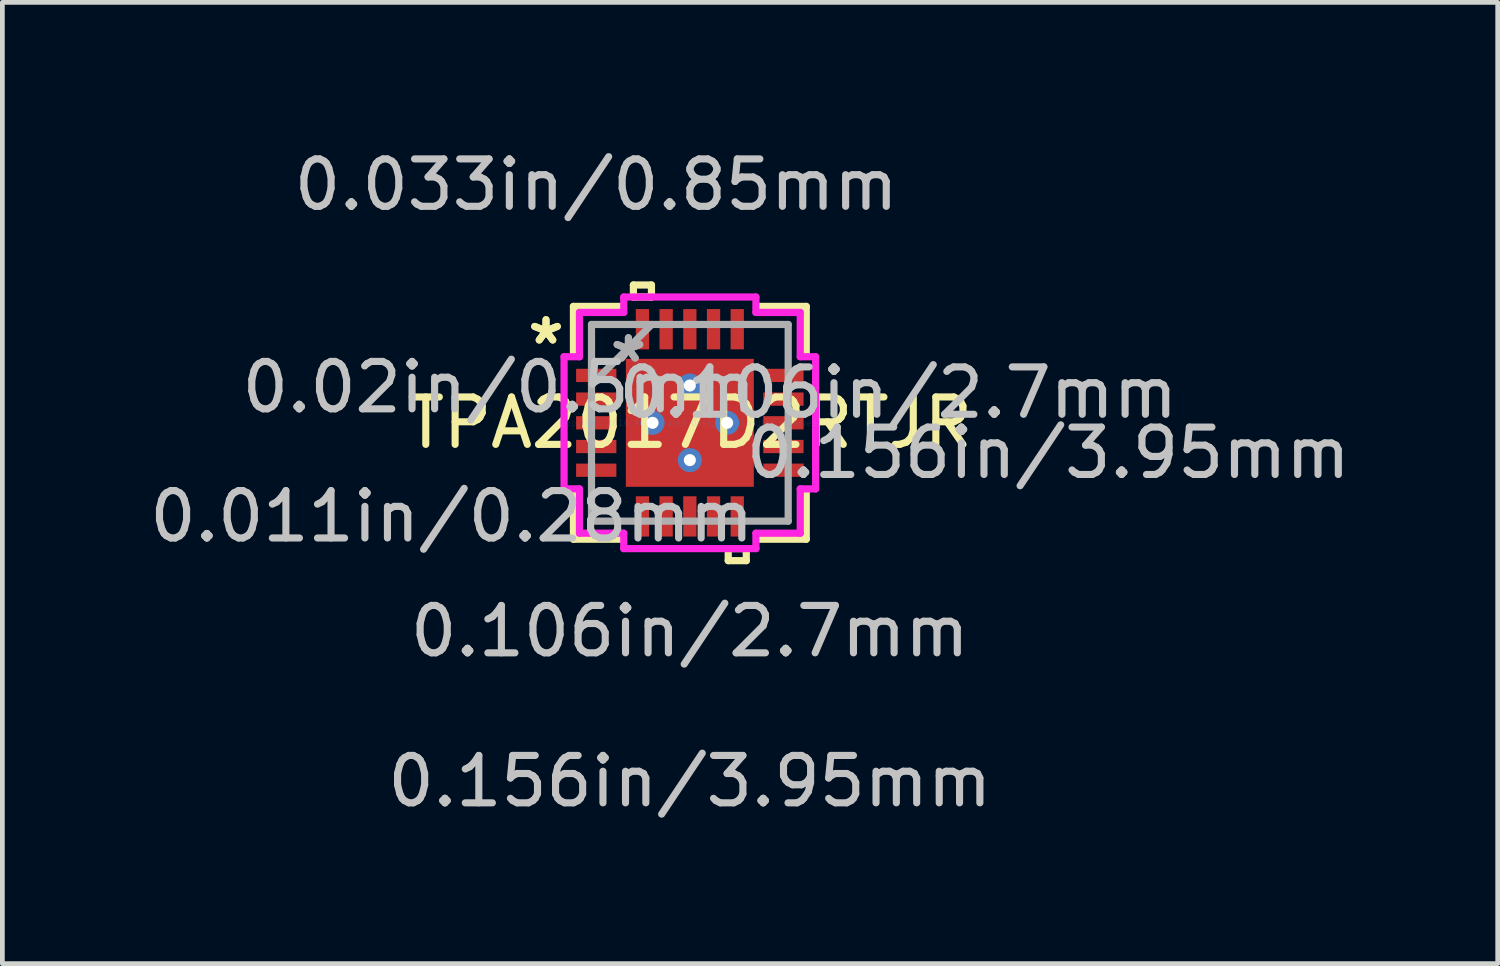
<source format=kicad_pcb>
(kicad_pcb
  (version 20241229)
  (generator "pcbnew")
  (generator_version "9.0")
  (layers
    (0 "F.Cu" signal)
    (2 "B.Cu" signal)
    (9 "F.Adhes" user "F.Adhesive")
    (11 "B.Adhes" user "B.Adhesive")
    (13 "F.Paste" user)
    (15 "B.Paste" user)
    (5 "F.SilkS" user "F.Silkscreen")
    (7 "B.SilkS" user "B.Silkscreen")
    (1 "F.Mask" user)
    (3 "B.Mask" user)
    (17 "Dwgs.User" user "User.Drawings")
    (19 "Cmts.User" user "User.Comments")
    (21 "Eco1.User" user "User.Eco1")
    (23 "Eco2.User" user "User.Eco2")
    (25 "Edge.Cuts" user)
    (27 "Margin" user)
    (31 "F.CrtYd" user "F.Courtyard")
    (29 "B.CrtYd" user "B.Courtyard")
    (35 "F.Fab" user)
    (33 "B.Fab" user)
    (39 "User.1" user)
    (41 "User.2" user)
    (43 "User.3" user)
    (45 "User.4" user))
  (footprint "TPA2017D2RTJR"
    (layer "F.Cu")
    (at 11.505 5.871)
    (property "Reference" "TPA2017D2RTJR" (at 0 0 0) (layer "F.SilkS") (effects (font (size 1 1) (thickness 0.15))))
    (attr through_hole)
    (fp_line (start -1.413 -1.413) (end -0.987 -1.413) (stroke (width 0.152) (type solid)) (layer "F.Mask"))
    (fp_line (start -1.413 -1.413) (end 1.413 -1.413) (stroke (width 0.152) (type solid)) (layer "F.Mask"))
    (fp_line (start -1.413 -0.987) (end -1.413 -1.413) (stroke (width 0.152) (type solid)) (layer "F.Mask"))
    (fp_line (start -1.413 -0.587) (end 1.413 -0.587) (stroke (width 0.152) (type solid)) (layer "F.Mask"))
    (fp_line (start -1.413 -0.2) (end -1.413 -0.587) (stroke (width 0.152) (type solid)) (layer "F.Mask"))
    (fp_line (start -1.413 0.2) (end 1.413 0.2) (stroke (width 0.152) (type solid)) (layer "F.Mask"))
    (fp_line (start -1.413 0.587) (end -1.413 0.2) (stroke (width 0.152) (type solid)) (layer "F.Mask"))
    (fp_line (start -1.413 0.987) (end 1.413 0.987) (stroke (width 0.152) (type solid)) (layer "F.Mask"))
    (fp_line (start -1.413 1.413) (end -1.413 -1.413) (stroke (width 0.152) (type solid)) (layer "F.Mask"))
    (fp_line (start -1.413 1.413) (end -1.413 0.987) (stroke (width 0.152) (type solid)) (layer "F.Mask"))
    (fp_line (start -0.987 -1.413) (end -0.987 1.413) (stroke (width 0.152) (type solid)) (layer "F.Mask"))
    (fp_line (start -0.987 1.413) (end -1.413 1.413) (stroke (width 0.152) (type solid)) (layer "F.Mask"))
    (fp_line (start -0.587 -1.413) (end -0.587 1.413) (stroke (width 0.152) (type solid)) (layer "F.Mask"))
    (fp_line (start -0.587 1.413) (end -0.2 1.413) (stroke (width 0.152) (type solid)) (layer "F.Mask"))
    (fp_line (start -0.2 -1.413) (end -0.587 -1.413) (stroke (width 0.152) (type solid)) (layer "F.Mask"))
    (fp_line (start -0.2 1.413) (end -0.2 -1.413) (stroke (width 0.152) (type solid)) (layer "F.Mask"))
    (fp_line (start 0.2 -1.413) (end 0.2 1.413) (stroke (width 0.152) (type solid)) (layer "F.Mask"))
    (fp_line (start 0.2 1.413) (end 0.587 1.413) (stroke (width 0.152) (type solid)) (layer "F.Mask"))
    (fp_line (start 0.587 -1.413) (end 0.2 -1.413) (stroke (width 0.152) (type solid)) (layer "F.Mask"))
    (fp_line (start 0.587 1.413) (end 0.587 -1.413) (stroke (width 0.152) (type solid)) (layer "F.Mask"))
    (fp_line (start 0.987 -1.413) (end 1.413 -1.413) (stroke (width 0.152) (type solid)) (layer "F.Mask"))
    (fp_line (start 0.987 1.413) (end 0.987 -1.413) (stroke (width 0.152) (type solid)) (layer "F.Mask"))
    (fp_line (start 1.413 -1.413) (end 1.413 -0.987) (stroke (width 0.152) (type solid)) (layer "F.Mask"))
    (fp_line (start 1.413 -1.413) (end 1.413 1.413) (stroke (width 0.152) (type solid)) (layer "F.Mask"))
    (fp_line (start 1.413 -0.987) (end -1.413 -0.987) (stroke (width 0.152) (type solid)) (layer "F.Mask"))
    (fp_line (start 1.413 -0.587) (end 1.413 -0.2) (stroke (width 0.152) (type solid)) (layer "F.Mask"))
    (fp_line (start 1.413 -0.2) (end -1.413 -0.2) (stroke (width 0.152) (type solid)) (layer "F.Mask"))
    (fp_line (start 1.413 0.2) (end 1.413 0.587) (stroke (width 0.152) (type solid)) (layer "F.Mask"))
    (fp_line (start 1.413 0.587) (end -1.413 0.587) (stroke (width 0.152) (type solid)) (layer "F.Mask"))
    (fp_line (start 1.413 0.987) (end 1.413 1.413) (stroke (width 0.152) (type solid)) (layer "F.Mask"))
    (fp_line (start 1.413 1.413) (end -1.413 1.413) (stroke (width 0.152) (type solid)) (layer "F.Mask"))
    (fp_line (start 1.413 1.413) (end 0.987 1.413) (stroke (width 0.152) (type solid)) (layer "F.Mask"))
    (fp_line (start -2.456 -2.456) (end -2.456 -1.468) (stroke (width 0.152) (type solid)) (layer "F.SilkS"))
    (fp_line (start -2.456 1.468) (end -2.456 2.456) (stroke (width 0.152) (type solid)) (layer "F.SilkS"))
    (fp_line (start -2.456 2.456) (end -1.468 2.456) (stroke (width 0.152) (type solid)) (layer "F.SilkS"))
    (fp_line (start -1.468 -2.456) (end -2.456 -2.456) (stroke (width 0.152) (type solid)) (layer "F.SilkS"))
    (fp_line (start -1.191 -2.908) (end -0.81 -2.908) (stroke (width 0.152) (type solid)) (layer "F.SilkS"))
    (fp_line (start -1.191 -2.654) (end -1.191 -2.908) (stroke (width 0.152) (type solid)) (layer "F.SilkS"))
    (fp_line (start -0.81 -2.908) (end -0.81 -2.654) (stroke (width 0.152) (type solid)) (layer "F.SilkS"))
    (fp_line (start -0.81 -2.654) (end -1.191 -2.654) (stroke (width 0.152) (type solid)) (layer "F.SilkS"))
    (fp_line (start 0.81 2.654) (end 0.81 2.908) (stroke (width 0.152) (type solid)) (layer "F.SilkS"))
    (fp_line (start 0.81 2.908) (end 1.191 2.908) (stroke (width 0.152) (type solid)) (layer "F.SilkS"))
    (fp_line (start 1.191 2.654) (end 0.81 2.654) (stroke (width 0.152) (type solid)) (layer "F.SilkS"))
    (fp_line (start 1.191 2.908) (end 1.191 2.654) (stroke (width 0.152) (type solid)) (layer "F.SilkS"))
    (fp_line (start 1.468 2.456) (end 2.456 2.456) (stroke (width 0.152) (type solid)) (layer "F.SilkS"))
    (fp_line (start 2.456 -2.456) (end 1.468 -2.456) (stroke (width 0.152) (type solid)) (layer "F.SilkS"))
    (fp_line (start 2.456 -1.468) (end 2.456 -2.456) (stroke (width 0.152) (type solid)) (layer "F.SilkS"))
    (fp_line (start 2.456 2.456) (end 2.456 1.468) (stroke (width 0.152) (type solid)) (layer "F.SilkS"))
    (fp_line (start -1.275 -1.275) (end -1.275 -0.887) (stroke (width 0.152) (type solid)) (layer "F.Paste"))
    (fp_line (start -1.275 -0.887) (end -1.029 -0.887) (stroke (width 0.152) (type solid)) (layer "F.Paste"))
    (fp_line (start -1.275 -0.687) (end -1.275 -0.1) (stroke (width 0.152) (type solid)) (layer "F.Paste"))
    (fp_line (start -1.275 -0.1) (end -1.029 -0.1) (stroke (width 0.152) (type solid)) (layer "F.Paste"))
    (fp_line (start -1.275 0.1) (end -1.275 0.687) (stroke (width 0.152) (type solid)) (layer "F.Paste"))
    (fp_line (start -1.275 0.687) (end -1.029 0.687) (stroke (width 0.152) (type solid)) (layer "F.Paste"))
    (fp_line (start -1.275 0.887) (end -1.275 1.275) (stroke (width 0.152) (type solid)) (layer "F.Paste"))
    (fp_line (start -1.275 1.275) (end -0.887 1.275) (stroke (width 0.152) (type solid)) (layer "F.Paste"))
    (fp_line (start -1.029 -0.887) (end -1.029 -0.887) (stroke (width 0.152) (type solid)) (layer "F.Paste"))
    (fp_line (start -1.029 -0.887) (end -0.887 -1.029) (stroke (width 0.152) (type solid)) (layer "F.Paste"))
    (fp_line (start -1.029 -0.687) (end -1.275 -0.687) (stroke (width 0.152) (type solid)) (layer "F.Paste"))
    (fp_line (start -1.029 -0.687) (end -1.029 -0.687) (stroke (width 0.152) (type solid)) (layer "F.Paste"))
    (fp_line (start -1.029 -0.1) (end -1.029 -0.1) (stroke (width 0.152) (type solid)) (layer "F.Paste"))
    (fp_line (start -1.029 -0.1) (end -0.887 -0.241) (stroke (width 0.152) (type solid)) (layer "F.Paste"))
    (fp_line (start -1.029 0.1) (end -1.275 0.1) (stroke (width 0.152) (type solid)) (layer "F.Paste"))
    (fp_line (start -1.029 0.1) (end -1.029 0.1) (stroke (width 0.152) (type solid)) (layer "F.Paste"))
    (fp_line (start -1.029 0.687) (end -1.029 0.687) (stroke (width 0.152) (type solid)) (layer "F.Paste"))
    (fp_line (start -1.029 0.687) (end -0.887 0.546) (stroke (width 0.152) (type solid)) (layer "F.Paste"))
    (fp_line (start -1.029 0.887) (end -1.275 0.887) (stroke (width 0.152) (type solid)) (layer "F.Paste"))
    (fp_line (start -1.029 0.887) (end -1.029 0.887) (stroke (width 0.152) (type solid)) (layer "F.Paste"))
    (fp_line (start -0.887 -1.275) (end -1.275 -1.275) (stroke (width 0.152) (type solid)) (layer "F.Paste"))
    (fp_line (start -0.887 -1.029) (end -0.887 -1.275) (stroke (width 0.152) (type solid)) (layer "F.Paste"))
    (fp_line (start -0.887 -1.029) (end -0.887 -1.029) (stroke (width 0.152) (type solid)) (layer "F.Paste"))
    (fp_line (start -0.887 -0.546) (end -1.029 -0.687) (stroke (width 0.152) (type solid)) (layer "F.Paste"))
    (fp_line (start -0.887 -0.546) (end -0.887 -0.546) (stroke (width 0.152) (type solid)) (layer "F.Paste"))
    (fp_line (start -0.887 -0.241) (end -0.887 -0.546) (stroke (width 0.152) (type solid)) (layer "F.Paste"))
    (fp_line (start -0.887 -0.241) (end -0.887 -0.241) (stroke (width 0.152) (type solid)) (layer "F.Paste"))
    (fp_line (start -0.887 0.241) (end -1.029 0.1) (stroke (width 0.152) (type solid)) (layer "F.Paste"))
    (fp_line (start -0.887 0.241) (end -0.887 0.241) (stroke (width 0.152) (type solid)) (layer "F.Paste"))
    (fp_line (start -0.887 0.546) (end -0.887 0.241) (stroke (width 0.152) (type solid)) (layer "F.Paste"))
    (fp_line (start -0.887 0.546) (end -0.887 0.546) (stroke (width 0.152) (type solid)) (layer "F.Paste"))
    (fp_line (start -0.887 1.029) (end -1.029 0.887) (stroke (width 0.152) (type solid)) (layer "F.Paste"))
    (fp_line (start -0.887 1.029) (end -0.887 1.029) (stroke (width 0.152) (type solid)) (layer "F.Paste"))
    (fp_line (start -0.887 1.275) (end -0.887 1.029) (stroke (width 0.152) (type solid)) (layer "F.Paste"))
    (fp_line (start -0.687 -1.275) (end -0.687 -1.029) (stroke (width 0.152) (type solid)) (layer "F.Paste"))
    (fp_line (start -0.687 -1.029) (end -0.687 -1.029) (stroke (width 0.152) (type solid)) (layer "F.Paste"))
    (fp_line (start -0.687 -1.029) (end -0.546 -0.887) (stroke (width 0.152) (type solid)) (layer "F.Paste"))
    (fp_line (start -0.687 -0.546) (end -0.687 -0.546) (stroke (width 0.152) (type solid)) (layer "F.Paste"))
    (fp_line (start -0.687 -0.546) (end -0.687 -0.241) (stroke (width 0.152) (type solid)) (layer "F.Paste"))
    (fp_line (start -0.687 -0.241) (end -0.687 -0.241) (stroke (width 0.152) (type solid)) (layer "F.Paste"))
    (fp_line (start -0.687 -0.241) (end -0.546 -0.1) (stroke (width 0.152) (type solid)) (layer "F.Paste"))
    (fp_line (start -0.687 0.241) (end -0.687 0.241) (stroke (width 0.152) (type solid)) (layer "F.Paste"))
    (fp_line (start -0.687 0.241) (end -0.687 0.546) (stroke (width 0.152) (type solid)) (layer "F.Paste"))
    (fp_line (start -0.687 0.546) (end -0.687 0.546) (stroke (width 0.152) (type solid)) (layer "F.Paste"))
    (fp_line (start -0.687 0.546) (end -0.546 0.687) (stroke (width 0.152) (type solid)) (layer "F.Paste"))
    (fp_line (start -0.687 1.029) (end -0.687 1.029) (stroke (width 0.152) (type solid)) (layer "F.Paste"))
    (fp_line (start -0.687 1.029) (end -0.687 1.275) (stroke (width 0.152) (type solid)) (layer "F.Paste"))
    (fp_line (start -0.687 1.275) (end -0.1 1.275) (stroke (width 0.152) (type solid)) (layer "F.Paste"))
    (fp_line (start -0.546 -0.887) (end -0.546 -0.887) (stroke (width 0.152) (type solid)) (layer "F.Paste"))
    (fp_line (start -0.546 -0.887) (end -0.241 -0.887) (stroke (width 0.152) (type solid)) (layer "F.Paste"))
    (fp_line (start -0.546 -0.687) (end -0.687 -0.546) (stroke (width 0.152) (type solid)) (layer "F.Paste"))
    (fp_line (start -0.546 -0.687) (end -0.546 -0.687) (stroke (width 0.152) (type solid)) (layer "F.Paste"))
    (fp_line (start -0.546 -0.1) (end -0.546 -0.1) (stroke (width 0.152) (type solid)) (layer "F.Paste"))
    (fp_line (start -0.546 -0.1) (end -0.241 -0.1) (stroke (width 0.152) (type solid)) (layer "F.Paste"))
    (fp_line (start -0.546 0.1) (end -0.687 0.241) (stroke (width 0.152) (type solid)) (layer "F.Paste"))
    (fp_line (start -0.546 0.1) (end -0.546 0.1) (stroke (width 0.152) (type solid)) (layer "F.Paste"))
    (fp_line (start -0.546 0.687) (end -0.546 0.687) (stroke (width 0.152) (type solid)) (layer "F.Paste"))
    (fp_line (start -0.546 0.687) (end -0.241 0.687) (stroke (width 0.152) (type solid)) (layer "F.Paste"))
    (fp_line (start -0.546 0.887) (end -0.687 1.029) (stroke (width 0.152) (type solid)) (layer "F.Paste"))
    (fp_line (start -0.546 0.887) (end -0.546 0.887) (stroke (width 0.152) (type solid)) (layer "F.Paste"))
    (fp_line (start -0.241 -0.887) (end -0.241 -0.887) (stroke (width 0.152) (type solid)) (layer "F.Paste"))
    (fp_line (start -0.241 -0.887) (end -0.1 -1.029) (stroke (width 0.152) (type solid)) (layer "F.Paste"))
    (fp_line (start -0.241 -0.687) (end -0.546 -0.687) (stroke (width 0.152) (type solid)) (layer "F.Paste"))
    (fp_line (start -0.241 -0.687) (end -0.241 -0.687) (stroke (width 0.152) (type solid)) (layer "F.Paste"))
    (fp_line (start -0.241 -0.1) (end -0.241 -0.1) (stroke (width 0.152) (type solid)) (layer "F.Paste"))
    (fp_line (start -0.241 -0.1) (end -0.1 -0.241) (stroke (width 0.152) (type solid)) (layer "F.Paste"))
    (fp_line (start -0.241 0.1) (end -0.546 0.1) (stroke (width 0.152) (type solid)) (layer "F.Paste"))
    (fp_line (start -0.241 0.1) (end -0.241 0.1) (stroke (width 0.152) (type solid)) (layer "F.Paste"))
    (fp_line (start -0.241 0.687) (end -0.241 0.687) (stroke (width 0.152) (type solid)) (layer "F.Paste"))
    (fp_line (start -0.241 0.687) (end -0.1 0.546) (stroke (width 0.152) (type solid)) (layer "F.Paste"))
    (fp_line (start -0.241 0.887) (end -0.546 0.887) (stroke (width 0.152) (type solid)) (layer "F.Paste"))
    (fp_line (start -0.241 0.887) (end -0.241 0.887) (stroke (width 0.152) (type solid)) (layer "F.Paste"))
    (fp_line (start -0.1 -1.275) (end -0.687 -1.275) (stroke (width 0.152) (type solid)) (layer "F.Paste"))
    (fp_line (start -0.1 -1.029) (end -0.1 -1.275) (stroke (width 0.152) (type solid)) (layer "F.Paste"))
    (fp_line (start -0.1 -1.029) (end -0.1 -1.029) (stroke (width 0.152) (type solid)) (layer "F.Paste"))
    (fp_line (start -0.1 -0.546) (end -0.241 -0.687) (stroke (width 0.152) (type solid)) (layer "F.Paste"))
    (fp_line (start -0.1 -0.546) (end -0.1 -0.546) (stroke (width 0.152) (type solid)) (layer "F.Paste"))
    (fp_line (start -0.1 -0.241) (end -0.1 -0.546) (stroke (width 0.152) (type solid)) (layer "F.Paste"))
    (fp_line (start -0.1 -0.241) (end -0.1 -0.241) (stroke (width 0.152) (type solid)) (layer "F.Paste"))
    (fp_line (start -0.1 0.241) (end -0.241 0.1) (stroke (width 0.152) (type solid)) (layer "F.Paste"))
    (fp_line (start -0.1 0.241) (end -0.1 0.241) (stroke (width 0.152) (type solid)) (layer "F.Paste"))
    (fp_line (start -0.1 0.546) (end -0.1 0.241) (stroke (width 0.152) (type solid)) (layer "F.Paste"))
    (fp_line (start -0.1 0.546) (end -0.1 0.546) (stroke (width 0.152) (type solid)) (layer "F.Paste"))
    (fp_line (start -0.1 1.029) (end -0.241 0.887) (stroke (width 0.152) (type solid)) (layer "F.Paste"))
    (fp_line (start -0.1 1.029) (end -0.1 1.029) (stroke (width 0.152) (type solid)) (layer "F.Paste"))
    (fp_line (start -0.1 1.275) (end -0.1 1.029) (stroke (width 0.152) (type solid)) (layer "F.Paste"))
    (fp_line (start 0.1 -1.275) (end 0.1 -1.029) (stroke (width 0.152) (type solid)) (layer "F.Paste"))
    (fp_line (start 0.1 -1.029) (end 0.1 -1.029) (stroke (width 0.152) (type solid)) (layer "F.Paste"))
    (fp_line (start 0.1 -1.029) (end 0.241 -0.887) (stroke (width 0.152) (type solid)) (layer "F.Paste"))
    (fp_line (start 0.1 -0.546) (end 0.1 -0.546) (stroke (width 0.152) (type solid)) (layer "F.Paste"))
    (fp_line (start 0.1 -0.546) (end 0.1 -0.241) (stroke (width 0.152) (type solid)) (layer "F.Paste"))
    (fp_line (start 0.1 -0.241) (end 0.1 -0.241) (stroke (width 0.152) (type solid)) (layer "F.Paste"))
    (fp_line (start 0.1 -0.241) (end 0.241 -0.1) (stroke (width 0.152) (type solid)) (layer "F.Paste"))
    (fp_line (start 0.1 0.241) (end 0.1 0.241) (stroke (width 0.152) (type solid)) (layer "F.Paste"))
    (fp_line (start 0.1 0.241) (end 0.1 0.546) (stroke (width 0.152) (type solid)) (layer "F.Paste"))
    (fp_line (start 0.1 0.546) (end 0.1 0.546) (stroke (width 0.152) (type solid)) (layer "F.Paste"))
    (fp_line (start 0.1 0.546) (end 0.241 0.687) (stroke (width 0.152) (type solid)) (layer "F.Paste"))
    (fp_line (start 0.1 1.029) (end 0.1 1.029) (stroke (width 0.152) (type solid)) (layer "F.Paste"))
    (fp_line (start 0.1 1.029) (end 0.1 1.275) (stroke (width 0.152) (type solid)) (layer "F.Paste"))
    (fp_line (start 0.1 1.275) (end 0.687 1.275) (stroke (width 0.152) (type solid)) (layer "F.Paste"))
    (fp_line (start 0.241 -0.887) (end 0.241 -0.887) (stroke (width 0.152) (type solid)) (layer "F.Paste"))
    (fp_line (start 0.241 -0.887) (end 0.546 -0.887) (stroke (width 0.152) (type solid)) (layer "F.Paste"))
    (fp_line (start 0.241 -0.687) (end 0.1 -0.546) (stroke (width 0.152) (type solid)) (layer "F.Paste"))
    (fp_line (start 0.241 -0.687) (end 0.241 -0.687) (stroke (width 0.152) (type solid)) (layer "F.Paste"))
    (fp_line (start 0.241 -0.1) (end 0.241 -0.1) (stroke (width 0.152) (type solid)) (layer "F.Paste"))
    (fp_line (start 0.241 -0.1) (end 0.546 -0.1) (stroke (width 0.152) (type solid)) (layer "F.Paste"))
    (fp_line (start 0.241 0.1) (end 0.1 0.241) (stroke (width 0.152) (type solid)) (layer "F.Paste"))
    (fp_line (start 0.241 0.1) (end 0.241 0.1) (stroke (width 0.152) (type solid)) (layer "F.Paste"))
    (fp_line (start 0.241 0.687) (end 0.241 0.687) (stroke (width 0.152) (type solid)) (layer "F.Paste"))
    (fp_line (start 0.241 0.687) (end 0.546 0.687) (stroke (width 0.152) (type solid)) (layer "F.Paste"))
    (fp_line (start 0.241 0.887) (end 0.1 1.029) (stroke (width 0.152) (type solid)) (layer "F.Paste"))
    (fp_line (start 0.241 0.887) (end 0.241 0.887) (stroke (width 0.152) (type solid)) (layer "F.Paste"))
    (fp_line (start 0.546 -0.887) (end 0.546 -0.887) (stroke (width 0.152) (type solid)) (layer "F.Paste"))
    (fp_line (start 0.546 -0.887) (end 0.687 -1.029) (stroke (width 0.152) (type solid)) (layer "F.Paste"))
    (fp_line (start 0.546 -0.687) (end 0.241 -0.687) (stroke (width 0.152) (type solid)) (layer "F.Paste"))
    (fp_line (start 0.546 -0.687) (end 0.546 -0.687) (stroke (width 0.152) (type solid)) (layer "F.Paste"))
    (fp_line (start 0.546 -0.1) (end 0.546 -0.1) (stroke (width 0.152) (type solid)) (layer "F.Paste"))
    (fp_line (start 0.546 -0.1) (end 0.687 -0.241) (stroke (width 0.152) (type solid)) (layer "F.Paste"))
    (fp_line (start 0.546 0.1) (end 0.241 0.1) (stroke (width 0.152) (type solid)) (layer "F.Paste"))
    (fp_line (start 0.546 0.1) (end 0.546 0.1) (stroke (width 0.152) (type solid)) (layer "F.Paste"))
    (fp_line (start 0.546 0.687) (end 0.546 0.687) (stroke (width 0.152) (type solid)) (layer "F.Paste"))
    (fp_line (start 0.546 0.687) (end 0.687 0.546) (stroke (width 0.152) (type solid)) (layer "F.Paste"))
    (fp_line (start 0.546 0.887) (end 0.241 0.887) (stroke (width 0.152) (type solid)) (layer "F.Paste"))
    (fp_line (start 0.546 0.887) (end 0.546 0.887) (stroke (width 0.152) (type solid)) (layer "F.Paste"))
    (fp_line (start 0.687 -1.275) (end 0.1 -1.275) (stroke (width 0.152) (type solid)) (layer "F.Paste"))
    (fp_line (start 0.687 -1.029) (end 0.687 -1.275) (stroke (width 0.152) (type solid)) (layer "F.Paste"))
    (fp_line (start 0.687 -1.029) (end 0.687 -1.029) (stroke (width 0.152) (type solid)) (layer "F.Paste"))
    (fp_line (start 0.687 -0.546) (end 0.546 -0.687) (stroke (width 0.152) (type solid)) (layer "F.Paste"))
    (fp_line (start 0.687 -0.546) (end 0.687 -0.546) (stroke (width 0.152) (type solid)) (layer "F.Paste"))
    (fp_line (start 0.687 -0.241) (end 0.687 -0.546) (stroke (width 0.152) (type solid)) (layer "F.Paste"))
    (fp_line (start 0.687 -0.241) (end 0.687 -0.241) (stroke (width 0.152) (type solid)) (layer "F.Paste"))
    (fp_line (start 0.687 0.241) (end 0.546 0.1) (stroke (width 0.152) (type solid)) (layer "F.Paste"))
    (fp_line (start 0.687 0.241) (end 0.687 0.241) (stroke (width 0.152) (type solid)) (layer "F.Paste"))
    (fp_line (start 0.687 0.546) (end 0.687 0.241) (stroke (width 0.152) (type solid)) (layer "F.Paste"))
    (fp_line (start 0.687 0.546) (end 0.687 0.546) (stroke (width 0.152) (type solid)) (layer "F.Paste"))
    (fp_line (start 0.687 1.029) (end 0.546 0.887) (stroke (width 0.152) (type solid)) (layer "F.Paste"))
    (fp_line (start 0.687 1.029) (end 0.687 1.029) (stroke (width 0.152) (type solid)) (layer "F.Paste"))
    (fp_line (start 0.687 1.275) (end 0.687 1.029) (stroke (width 0.152) (type solid)) (layer "F.Paste"))
    (fp_line (start 0.887 -1.275) (end 0.887 -1.029) (stroke (width 0.152) (type solid)) (layer "F.Paste"))
    (fp_line (start 0.887 -1.029) (end 0.887 -1.029) (stroke (width 0.152) (type solid)) (layer "F.Paste"))
    (fp_line (start 0.887 -1.029) (end 1.029 -0.887) (stroke (width 0.152) (type solid)) (layer "F.Paste"))
    (fp_line (start 0.887 -0.546) (end 0.887 -0.546) (stroke (width 0.152) (type solid)) (layer "F.Paste"))
    (fp_line (start 0.887 -0.546) (end 0.887 -0.241) (stroke (width 0.152) (type solid)) (layer "F.Paste"))
    (fp_line (start 0.887 -0.241) (end 0.887 -0.241) (stroke (width 0.152) (type solid)) (layer "F.Paste"))
    (fp_line (start 0.887 -0.241) (end 1.029 -0.1) (stroke (width 0.152) (type solid)) (layer "F.Paste"))
    (fp_line (start 0.887 0.241) (end 0.887 0.241) (stroke (width 0.152) (type solid)) (layer "F.Paste"))
    (fp_line (start 0.887 0.241) (end 0.887 0.546) (stroke (width 0.152) (type solid)) (layer "F.Paste"))
    (fp_line (start 0.887 0.546) (end 0.887 0.546) (stroke (width 0.152) (type solid)) (layer "F.Paste"))
    (fp_line (start 0.887 0.546) (end 1.029 0.687) (stroke (width 0.152) (type solid)) (layer "F.Paste"))
    (fp_line (start 0.887 1.029) (end 0.887 1.029) (stroke (width 0.152) (type solid)) (layer "F.Paste"))
    (fp_line (start 0.887 1.029) (end 0.887 1.275) (stroke (width 0.152) (type solid)) (layer "F.Paste"))
    (fp_line (start 0.887 1.275) (end 1.275 1.275) (stroke (width 0.152) (type solid)) (layer "F.Paste"))
    (fp_line (start 1.029 -0.887) (end 1.029 -0.887) (stroke (width 0.152) (type solid)) (layer "F.Paste"))
    (fp_line (start 1.029 -0.887) (end 1.275 -0.887) (stroke (width 0.152) (type solid)) (layer "F.Paste"))
    (fp_line (start 1.029 -0.687) (end 0.887 -0.546) (stroke (width 0.152) (type solid)) (layer "F.Paste"))
    (fp_line (start 1.029 -0.687) (end 1.029 -0.687) (stroke (width 0.152) (type solid)) (layer "F.Paste"))
    (fp_line (start 1.029 -0.1) (end 1.029 -0.1) (stroke (width 0.152) (type solid)) (layer "F.Paste"))
    (fp_line (start 1.029 -0.1) (end 1.275 -0.1) (stroke (width 0.152) (type solid)) (layer "F.Paste"))
    (fp_line (start 1.029 0.1) (end 0.887 0.241) (stroke (width 0.152) (type solid)) (layer "F.Paste"))
    (fp_line (start 1.029 0.1) (end 1.029 0.1) (stroke (width 0.152) (type solid)) (layer "F.Paste"))
    (fp_line (start 1.029 0.687) (end 1.029 0.687) (stroke (width 0.152) (type solid)) (layer "F.Paste"))
    (fp_line (start 1.029 0.687) (end 1.275 0.687) (stroke (width 0.152) (type solid)) (layer "F.Paste"))
    (fp_line (start 1.029 0.887) (end 0.887 1.029) (stroke (width 0.152) (type solid)) (layer "F.Paste"))
    (fp_line (start 1.029 0.887) (end 1.029 0.887) (stroke (width 0.152) (type solid)) (layer "F.Paste"))
    (fp_line (start 1.275 -1.275) (end 0.887 -1.275) (stroke (width 0.152) (type solid)) (layer "F.Paste"))
    (fp_line (start 1.275 -0.887) (end 1.275 -1.275) (stroke (width 0.152) (type solid)) (layer "F.Paste"))
    (fp_line (start 1.275 -0.687) (end 1.029 -0.687) (stroke (width 0.152) (type solid)) (layer "F.Paste"))
    (fp_line (start 1.275 -0.1) (end 1.275 -0.687) (stroke (width 0.152) (type solid)) (layer "F.Paste"))
    (fp_line (start 1.275 0.1) (end 1.029 0.1) (stroke (width 0.152) (type solid)) (layer "F.Paste"))
    (fp_line (start 1.275 0.687) (end 1.275 0.1) (stroke (width 0.152) (type solid)) (layer "F.Paste"))
    (fp_line (start 1.275 0.887) (end 1.029 0.887) (stroke (width 0.152) (type solid)) (layer "F.Paste"))
    (fp_line (start 1.275 1.275) (end 1.275 0.887) (stroke (width 0.152) (type solid)) (layer "F.Paste"))
    (fp_line (start -2.654 -1.394) (end -2.329 -1.394) (stroke (width 0.152) (type solid)) (layer "F.CrtYd"))
    (fp_line (start -2.654 1.394) (end -2.654 -1.394) (stroke (width 0.152) (type solid)) (layer "F.CrtYd"))
    (fp_line (start -2.329 -2.329) (end -1.394 -2.329) (stroke (width 0.152) (type solid)) (layer "F.CrtYd"))
    (fp_line (start -2.329 -1.394) (end -2.329 -2.329) (stroke (width 0.152) (type solid)) (layer "F.CrtYd"))
    (fp_line (start -2.329 1.394) (end -2.654 1.394) (stroke (width 0.152) (type solid)) (layer "F.CrtYd"))
    (fp_line (start -2.329 2.329) (end -2.329 1.394) (stroke (width 0.152) (type solid)) (layer "F.CrtYd"))
    (fp_line (start -1.394 -2.654) (end 1.394 -2.654) (stroke (width 0.152) (type solid)) (layer "F.CrtYd"))
    (fp_line (start -1.394 -2.329) (end -1.394 -2.654) (stroke (width 0.152) (type solid)) (layer "F.CrtYd"))
    (fp_line (start -1.394 2.329) (end -2.329 2.329) (stroke (width 0.152) (type solid)) (layer "F.CrtYd"))
    (fp_line (start -1.394 2.654) (end -1.394 2.329) (stroke (width 0.152) (type solid)) (layer "F.CrtYd"))
    (fp_line (start 1.394 -2.654) (end 1.394 -2.329) (stroke (width 0.152) (type solid)) (layer "F.CrtYd"))
    (fp_line (start 1.394 -2.329) (end 2.329 -2.329) (stroke (width 0.152) (type solid)) (layer "F.CrtYd"))
    (fp_line (start 1.394 2.329) (end 1.394 2.654) (stroke (width 0.152) (type solid)) (layer "F.CrtYd"))
    (fp_line (start 1.394 2.654) (end -1.394 2.654) (stroke (width 0.152) (type solid)) (layer "F.CrtYd"))
    (fp_line (start 2.329 -2.329) (end 2.329 -1.394) (stroke (width 0.152) (type solid)) (layer "F.CrtYd"))
    (fp_line (start 2.329 -1.394) (end 2.654 -1.394) (stroke (width 0.152) (type solid)) (layer "F.CrtYd"))
    (fp_line (start 2.329 1.394) (end 2.329 2.329) (stroke (width 0.152) (type solid)) (layer "F.CrtYd"))
    (fp_line (start 2.329 2.329) (end 1.394 2.329) (stroke (width 0.152) (type solid)) (layer "F.CrtYd"))
    (fp_line (start 2.654 -1.394) (end 2.654 1.394) (stroke (width 0.152) (type solid)) (layer "F.CrtYd"))
    (fp_line (start 2.654 1.394) (end 2.329 1.394) (stroke (width 0.152) (type solid)) (layer "F.CrtYd"))
    (fp_line (start -2.075 -2.075) (end -2.075 2.075) (stroke (width 0.152) (type solid)) (layer "F.Fab"))
    (fp_line (start -2.075 -0.805) (end -0.805 -2.075) (stroke (width 0.152) (type solid)) (layer "F.Fab"))
    (fp_line (start -2.075 2.075) (end 2.075 2.075) (stroke (width 0.152) (type solid)) (layer "F.Fab"))
    (fp_line (start 2.075 -2.075) (end -2.075 -2.075) (stroke (width 0.152) (type solid)) (layer "F.Fab"))
    (fp_line (start 2.075 2.075) (end 2.075 -2.075) (stroke (width 0.152) (type solid)) (layer "F.Fab"))
    (fp_text user "*" (at -3.035 -1.631 0) (layer "F.SilkS") (effects (font (size 1 1) (thickness 0.15))))
    (fp_text user "*" (at -3.035 -1.631 0) (layer "F.SilkS") (effects (font (size 1 1) (thickness 0.15))))
    (fp_text user "0.156in/3.95mm" (at 7.563 0.635 0) (layer "Dwgs.User") (effects (font (size 1 1) (thickness 0.15))))
    (fp_text user "0.156in/3.95mm" (at 0 7.563 0) (layer "Dwgs.User") (effects (font (size 1 1) (thickness 0.15))))
    (fp_text user "0.106in/2.7mm" (at 4.398 -0.635 0) (layer "Dwgs.User") (effects (font (size 1 1) (thickness 0.15))))
    (fp_text user "0.011in/0.28mm" (at -5.023 1.975 0) (layer "Dwgs.User") (effects (font (size 1 1) (thickness 0.15))))
    (fp_text user "0.106in/2.7mm" (at 0 4.398 0) (layer "Dwgs.User") (effects (font (size 1 1) (thickness 0.15))))
    (fp_text user "0.02in/0.5mm" (at -4.028 -0.75 0) (layer "Dwgs.User") (effects (font (size 1 1) (thickness 0.15))))
    (fp_text user "0.033in/0.85mm" (at -1.975 -5.023 0) (layer "Dwgs.User") (effects (font (size 1 1) (thickness 0.15))))
    (fp_text user "Copyright 2016 Accelerated Designs. All rights reserved." (at 0 0 0) (layer "Cmts.User") (effects (font (size 0.127 0.127) (thickness 0.002))))
    (fp_text user "*" (at -1.296 -1.25 0) (layer "F.Fab") (effects (font (size 1 1) (thickness 0.15))))
    (fp_text user "*" (at -1.296 -1.25 0) (layer "F.Fab") (effects (font (size 1 1) (thickness 0.15))))
    (pad "1" smd rect (at -1.975 -1 90) (size 0.28 0.85) (layers "F.Cu" "F.Mask" "F.Paste"))
    (pad "2" smd rect (at -1.975 -0.5 90) (size 0.28 0.85) (layers "F.Cu" "F.Mask" "F.Paste"))
    (pad "3" smd rect (at -1.975 0 90) (size 0.28 0.85) (layers "F.Cu" "F.Mask" "F.Paste"))
    (pad "4" smd rect (at -1.975 0.5 90) (size 0.28 0.85) (layers "F.Cu" "F.Mask" "F.Paste"))
    (pad "5" smd rect (at -1.975 1 90) (size 0.28 0.85) (layers "F.Cu" "F.Mask" "F.Paste"))
    (pad "6" smd rect (at -1 1.975) (size 0.28 0.85) (layers "F.Cu" "F.Mask" "F.Paste"))
    (pad "7" smd rect (at -0.5 1.975) (size 0.28 0.85) (layers "F.Cu" "F.Mask" "F.Paste"))
    (pad "8" smd rect (at 0 1.975) (size 0.28 0.85) (layers "F.Cu" "F.Mask" "F.Paste"))
    (pad "9" smd rect (at 0.5 1.975) (size 0.28 0.85) (layers "F.Cu" "F.Mask" "F.Paste"))
    (pad "10" smd rect (at 1 1.975) (size 0.28 0.85) (layers "F.Cu" "F.Mask" "F.Paste"))
    (pad "11" smd rect (at 1.975 1 90) (size 0.28 0.85) (layers "F.Cu" "F.Mask" "F.Paste"))
    (pad "12" smd rect (at 1.975 0.5 90) (size 0.28 0.85) (layers "F.Cu" "F.Mask" "F.Paste"))
    (pad "13" smd rect (at 1.975 0 90) (size 0.28 0.85) (layers "F.Cu" "F.Mask" "F.Paste"))
    (pad "14" smd rect (at 1.975 -0.5 90) (size 0.28 0.85) (layers "F.Cu" "F.Mask" "F.Paste"))
    (pad "15" smd rect (at 1.975 -1 90) (size 0.28 0.85) (layers "F.Cu" "F.Mask" "F.Paste"))
    (pad "16" smd rect (at 1 -1.975) (size 0.28 0.85) (layers "F.Cu" "F.Mask" "F.Paste"))
    (pad "17" smd rect (at 0.5 -1.975) (size 0.28 0.85) (layers "F.Cu" "F.Mask" "F.Paste"))
    (pad "18" smd rect (at 0 -1.975) (size 0.28 0.85) (layers "F.Cu" "F.Mask" "F.Paste"))
    (pad "19" smd rect (at -0.5 -1.975) (size 0.28 0.85) (layers "F.Cu" "F.Mask" "F.Paste"))
    (pad "20" smd rect (at -1 -1.975) (size 0.28 0.85) (layers "F.Cu" "F.Mask" "F.Paste"))
    (pad "21" smd rect (at 0 0) (size 2.7 2.7) (layers "F.Cu" "F.Mask" "F.Paste"))
    (pad "V" thru_hole circle (at -0.787 0) (size 0.508 0.508) (drill 0.254) (layers "*.Cu" "*.Mask"))
    (pad "V" thru_hole circle (at 0 -0.787) (size 0.508 0.508) (drill 0.254) (layers "*.Cu" "*.Mask"))
    (pad "V" thru_hole circle (at 0 0.787) (size 0.508 0.508) (drill 0.254) (layers "*.Cu" "*.Mask"))
    (pad "V" thru_hole circle (at 0.787 0) (size 0.508 0.508) (drill 0.254) (layers "*.Cu" "*.Mask")))
  (gr_rect
    (start -3 -3)
    (end 28.55 17.282)
    (stroke (width 0.1) (type default))
    (fill no)
    (layer "Edge.Cuts")))
</source>
